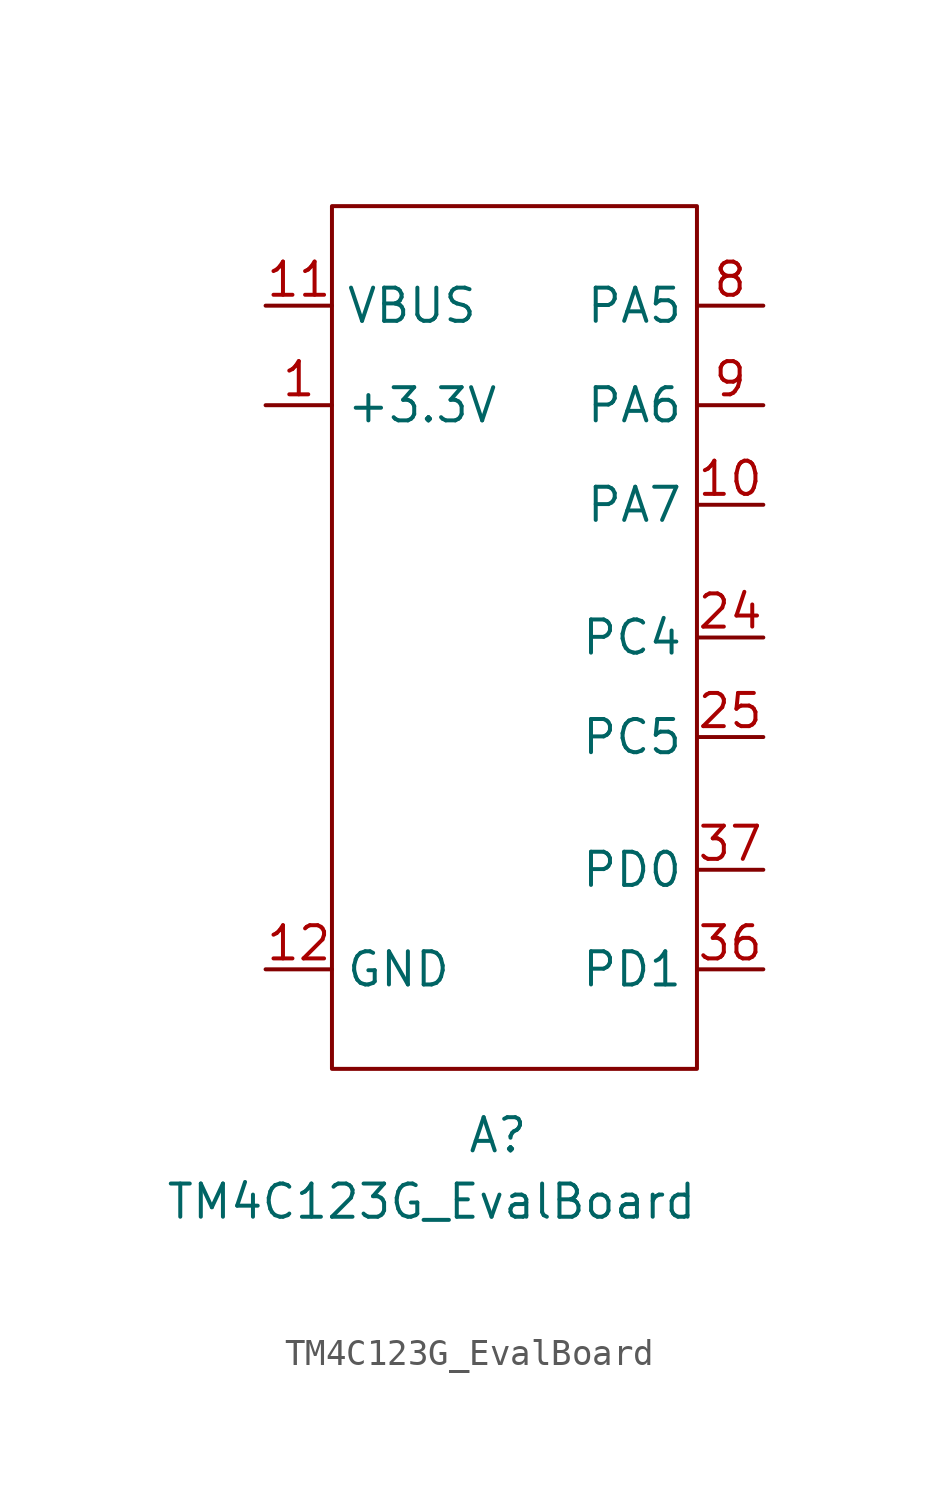
<source format=kicad_sym>
(kicad_symbol_lib
  (version 20220914)
  (generator kicad_symbol_editor)
  (symbol "TM4C123G_EvalBoard"
    (property "Reference" "A"
      (at 0 -16.51 0)
      (effects (font (size 1.27 1.27))))
    (property "Value" "TM4C123G_EvalBoard"
      (at -2.54 -19.05 0)
      (effects (font (size 1.27 1.27))))
    (symbol "TM4C123G_EvalBoard_0_1"
      (rectangle (start -6.35 19.05) (end 7.62 -13.97) (stroke (width 0) (type default)) (fill (type none))))
    (symbol "TM4C123G_EvalBoard_1_1"
      (pin power_in line (at -8.89 11.43 0) (length 2.54) (name "+3.3V" (effects (font (size 1.27 1.27)))) (number "1" (effects (font (size 1.27 1.27)))))
      (pin bidirectional line (at 10.16 7.62 180) (length 2.54) (name "PA7" (effects (font (size 1.27 1.27)))) (number "10" (effects (font (size 1.27 1.27)))))
      (pin power_in line (at -8.89 15.24 0) (length 2.54) (name "VBUS" (effects (font (size 1.27 1.27)))) (number "11" (effects (font (size 1.27 1.27)))))
      (pin power_in line (at -8.89 -10.16 0) (length 2.54) (name "GND" (effects (font (size 1.27 1.27)))) (number "12" (effects (font (size 1.27 1.27)))))
      (pin bidirectional line (at 10.16 2.54 180) (length 2.54) (name "PC4" (effects (font (size 1.27 1.27)))) (number "24" (effects (font (size 1.27 1.27)))))
      (pin bidirectional line (at 10.16 -1.27 180) (length 2.54) (name "PC5" (effects (font (size 1.27 1.27)))) (number "25" (effects (font (size 1.27 1.27)))))
      (pin power_in line (at -8.89 -10.16 0) (length 2.54) hide (name "GND" (effects (font (size 1.27 1.27)))) (number "31" (effects (font (size 1.27 1.27)))))
      (pin bidirectional line (at 10.16 -10.16 180) (length 2.54) (name "PD1" (effects (font (size 1.27 1.27)))) (number "36" (effects (font (size 1.27 1.27)))))
      (pin bidirectional line (at 10.16 -6.35 180) (length 2.54) (name "PD0" (effects (font (size 1.27 1.27)))) (number "37" (effects (font (size 1.27 1.27)))))
      (pin bidirectional line (at 10.16 15.24 180) (length 2.54) (name "PA5" (effects (font (size 1.27 1.27)))) (number "8" (effects (font (size 1.27 1.27)))))
      (pin bidirectional line (at 10.16 11.43 180) (length 2.54) (name "PA6" (effects (font (size 1.27 1.27)))) (number "9" (effects (font (size 1.27 1.27))))))))
</source>
